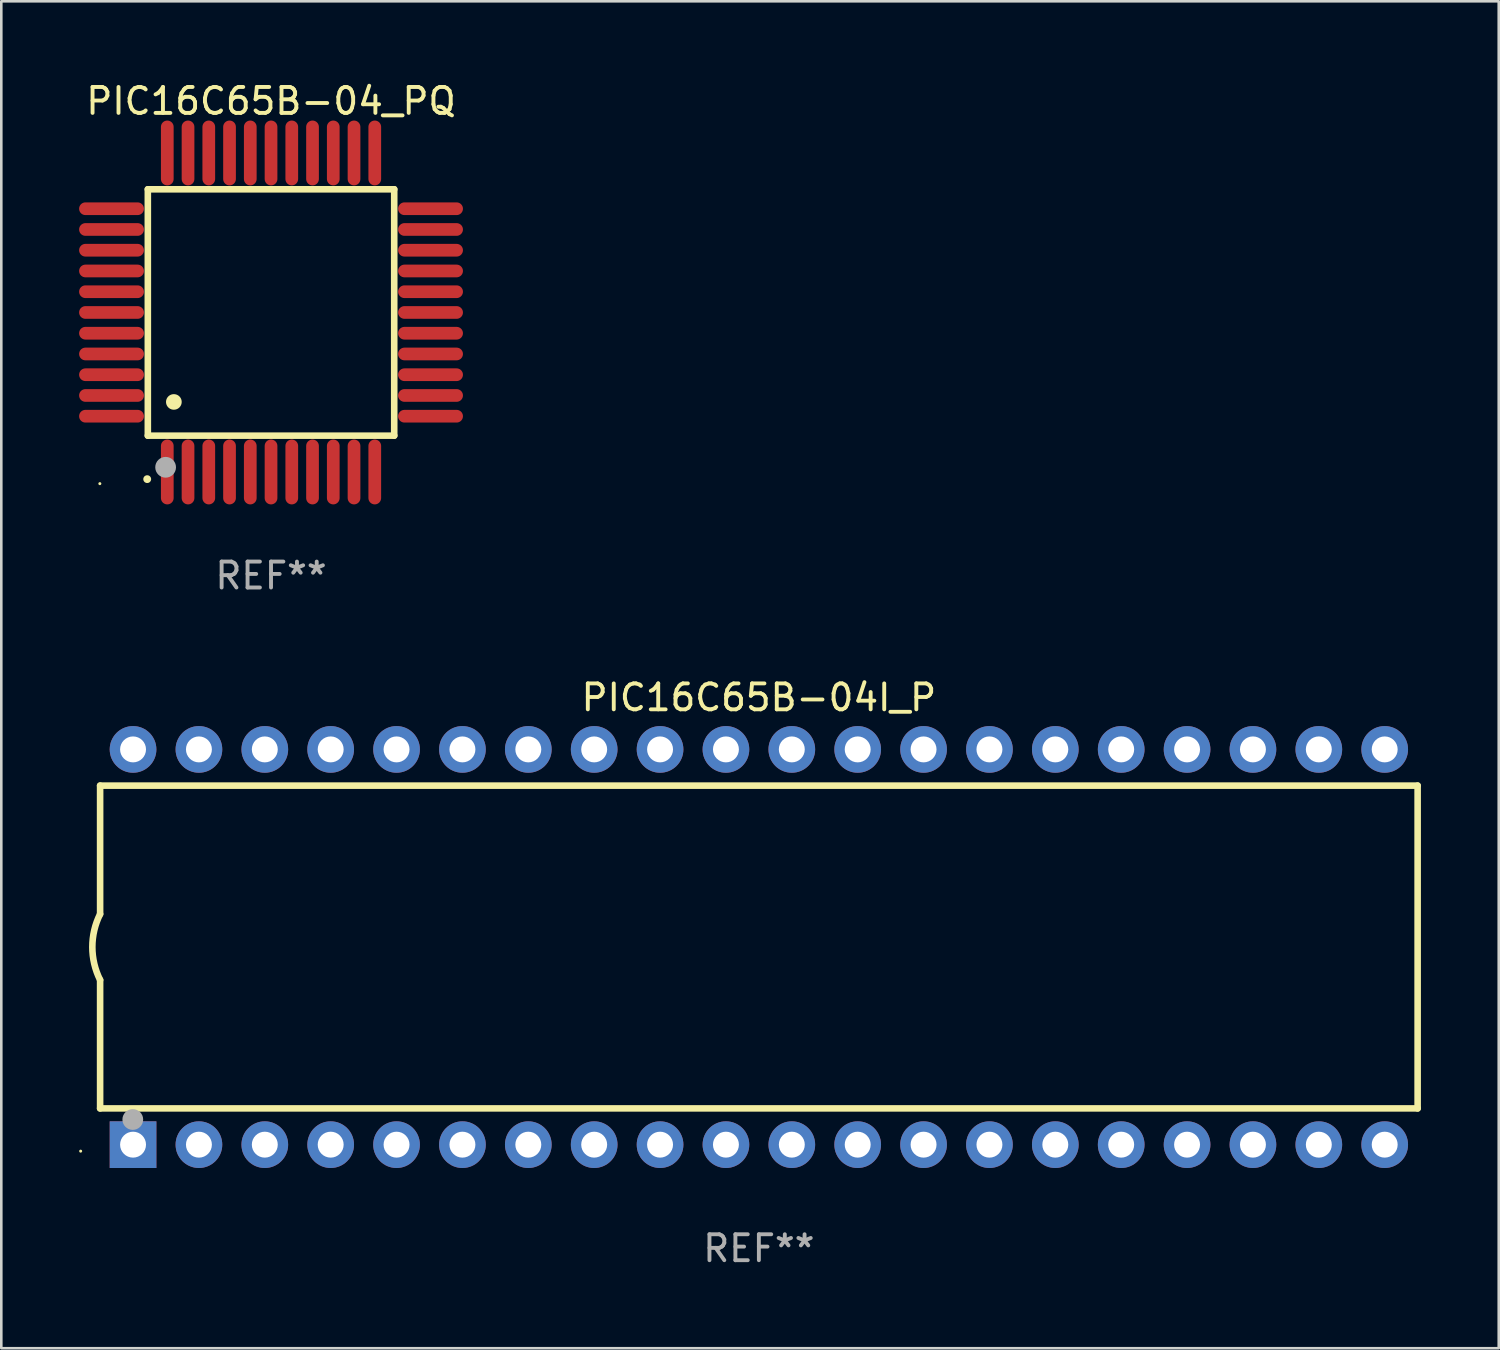
<source format=kicad_pcb>
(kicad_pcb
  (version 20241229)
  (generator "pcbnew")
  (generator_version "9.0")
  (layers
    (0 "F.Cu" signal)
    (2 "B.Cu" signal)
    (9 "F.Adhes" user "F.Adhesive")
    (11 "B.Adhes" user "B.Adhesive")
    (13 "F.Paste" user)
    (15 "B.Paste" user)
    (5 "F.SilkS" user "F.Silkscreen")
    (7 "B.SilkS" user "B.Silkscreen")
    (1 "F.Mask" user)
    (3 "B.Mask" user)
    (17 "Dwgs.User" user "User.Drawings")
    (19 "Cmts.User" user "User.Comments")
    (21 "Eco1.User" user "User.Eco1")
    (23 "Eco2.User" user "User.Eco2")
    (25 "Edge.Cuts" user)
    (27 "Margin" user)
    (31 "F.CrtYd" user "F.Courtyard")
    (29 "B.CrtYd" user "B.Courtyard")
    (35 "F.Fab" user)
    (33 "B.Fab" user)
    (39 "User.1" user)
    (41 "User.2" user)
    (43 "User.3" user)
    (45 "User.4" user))
  (footprint "PIC16C65B-04I_P"
    (layer "F.Cu")
    (at 26.21 33.465)
    (property "Reference" "PIC16C65B-04I_P" (at 0 -9.62 0) (layer "F.SilkS") (effects (font (size 1 1) (thickness 0.15))))
    (attr through_hole)
    (fp_line (start -25.4 -6.224) (end -25.4 -1.271) (stroke (width 0.254) (type solid)) (layer "F.SilkS"))
    (fp_line (start -25.4 -6.224) (end 25.4 -6.224) (stroke (width 0.254) (type solid)) (layer "F.SilkS"))
    (fp_line (start -25.4 1.269) (end -25.4 6.222) (stroke (width 0.254) (type solid)) (layer "F.SilkS"))
    (fp_line (start -25.4 6.222) (end 25.4 6.222) (stroke (width 0.254) (type solid)) (layer "F.SilkS"))
    (fp_line (start 25.4 6.222) (end 25.4 -6.224) (stroke (width 0.254) (type solid)) (layer "F.SilkS"))
    (fp_arc (start -25.4 1.269241) (mid -25.699807 -0.000762) (end -25.4 -1.270765) (stroke (width 0.254001) (type solid)) (layer "F.SilkS"))
    (fp_circle (center -26.15 7.87) (end -26.12 7.87) (stroke (width 0.06) (type solid)) (fill no) (layer "F.SilkS"))
    (fp_circle (center -24.14 6.65) (end -23.94 6.65) (stroke (width 0.4) (type solid)) (fill no) (layer "F.Fab"))
    (fp_text user "REF**" (at 0 11.62 0) (layer "F.Fab") (effects (font (size 1 1) (thickness 0.15))))
    (pad "1" thru_hole rect (at -24.13 7.62 90) (size 1.8 1.8) (drill 1) (layers "*.Cu" "*.Mask"))
    (pad "2" thru_hole circle (at -21.59 7.62) (size 1.8 1.8) (drill 1) (layers "*.Cu" "*.Mask"))
    (pad "3" thru_hole circle (at -19.05 7.62) (size 1.8 1.8) (drill 1) (layers "*.Cu" "*.Mask"))
    (pad "4" thru_hole circle (at -16.51 7.62) (size 1.8 1.8) (drill 1) (layers "*.Cu" "*.Mask"))
    (pad "5" thru_hole circle (at -13.97 7.62) (size 1.8 1.8) (drill 1) (layers "*.Cu" "*.Mask"))
    (pad "6" thru_hole circle (at -11.43 7.62) (size 1.8 1.8) (drill 1) (layers "*.Cu" "*.Mask"))
    (pad "7" thru_hole circle (at -8.89 7.62) (size 1.8 1.8) (drill 1) (layers "*.Cu" "*.Mask"))
    (pad "8" thru_hole circle (at -6.35 7.62) (size 1.8 1.8) (drill 1) (layers "*.Cu" "*.Mask"))
    (pad "9" thru_hole circle (at -3.81 7.62) (size 1.8 1.8) (drill 1) (layers "*.Cu" "*.Mask"))
    (pad "10" thru_hole circle (at -1.27 7.62) (size 1.8 1.8) (drill 1) (layers "*.Cu" "*.Mask"))
    (pad "11" thru_hole circle (at 1.27 7.62) (size 1.8 1.8) (drill 1) (layers "*.Cu" "*.Mask"))
    (pad "12" thru_hole circle (at 3.81 7.62) (size 1.8 1.8) (drill 1) (layers "*.Cu" "*.Mask"))
    (pad "13" thru_hole circle (at 6.35 7.62) (size 1.8 1.8) (drill 1) (layers "*.Cu" "*.Mask"))
    (pad "14" thru_hole circle (at 8.89 7.62) (size 1.8 1.8) (drill 1) (layers "*.Cu" "*.Mask"))
    (pad "15" thru_hole circle (at 11.43 7.62) (size 1.8 1.8) (drill 1) (layers "*.Cu" "*.Mask"))
    (pad "16" thru_hole circle (at 13.97 7.62) (size 1.8 1.8) (drill 1) (layers "*.Cu" "*.Mask"))
    (pad "17" thru_hole circle (at 16.51 7.62) (size 1.8 1.8) (drill 1) (layers "*.Cu" "*.Mask"))
    (pad "18" thru_hole circle (at 19.05 7.62) (size 1.8 1.8) (drill 1) (layers "*.Cu" "*.Mask"))
    (pad "19" thru_hole circle (at 21.59 7.62) (size 1.8 1.8) (drill 1) (layers "*.Cu" "*.Mask"))
    (pad "20" thru_hole circle (at 24.13 7.62) (size 1.8 1.8) (drill 1) (layers "*.Cu" "*.Mask"))
    (pad "21" thru_hole circle (at 24.13 -7.62) (size 1.8 1.8) (drill 1) (layers "*.Cu" "*.Mask"))
    (pad "22" thru_hole circle (at 21.59 -7.62) (size 1.8 1.8) (drill 1) (layers "*.Cu" "*.Mask"))
    (pad "23" thru_hole circle (at 19.05 -7.62) (size 1.8 1.8) (drill 1) (layers "*.Cu" "*.Mask"))
    (pad "24" thru_hole circle (at 16.51 -7.62) (size 1.8 1.8) (drill 1) (layers "*.Cu" "*.Mask"))
    (pad "25" thru_hole circle (at 13.97 -7.62) (size 1.8 1.8) (drill 1) (layers "*.Cu" "*.Mask"))
    (pad "26" thru_hole circle (at 11.43 -7.62) (size 1.8 1.8) (drill 1) (layers "*.Cu" "*.Mask"))
    (pad "27" thru_hole circle (at 8.89 -7.62) (size 1.8 1.8) (drill 1) (layers "*.Cu" "*.Mask"))
    (pad "28" thru_hole circle (at 6.35 -7.62) (size 1.8 1.8) (drill 1) (layers "*.Cu" "*.Mask"))
    (pad "29" thru_hole circle (at 3.81 -7.62) (size 1.8 1.8) (drill 1) (layers "*.Cu" "*.Mask"))
    (pad "30" thru_hole circle (at 1.27 -7.62) (size 1.8 1.8) (drill 1) (layers "*.Cu" "*.Mask"))
    (pad "31" thru_hole circle (at -1.27 -7.62) (size 1.8 1.8) (drill 1) (layers "*.Cu" "*.Mask"))
    (pad "32" thru_hole circle (at -3.81 -7.62) (size 1.8 1.8) (drill 1) (layers "*.Cu" "*.Mask"))
    (pad "33" thru_hole circle (at -6.35 -7.62) (size 1.8 1.8) (drill 1) (layers "*.Cu" "*.Mask"))
    (pad "34" thru_hole circle (at -8.89 -7.62) (size 1.8 1.8) (drill 1) (layers "*.Cu" "*.Mask"))
    (pad "35" thru_hole circle (at -11.43 -7.62) (size 1.8 1.8) (drill 1) (layers "*.Cu" "*.Mask"))
    (pad "36" thru_hole circle (at -13.97 -7.62) (size 1.8 1.8) (drill 1) (layers "*.Cu" "*.Mask"))
    (pad "37" thru_hole circle (at -16.51 -7.62) (size 1.8 1.8) (drill 1) (layers "*.Cu" "*.Mask"))
    (pad "38" thru_hole circle (at -19.05 -7.62) (size 1.8 1.8) (drill 1) (layers "*.Cu" "*.Mask"))
    (pad "39" thru_hole circle (at -21.59 -7.62) (size 1.8 1.8) (drill 1) (layers "*.Cu" "*.Mask"))
    (pad "40" thru_hole circle (at -24.13 -7.62) (size 1.8 1.8) (drill 1) (layers "*.Cu" "*.Mask")))
  (footprint "PIC16C65B-04_PQ"
    (layer "F.Cu")
    (at 7.4 8.998)
    (property "Reference" "PIC16C65B-04_PQ" (at 0 -8.15 0) (layer "F.SilkS") (effects (font (size 1 1) (thickness 0.15))))
    (attr through_hole)
    (fp_line (start -4.75 -4.75) (end 4.75 -4.75) (stroke (width 0.254) (type solid)) (layer "F.SilkS"))
    (fp_line (start -4.75 4.75) (end -4.75 -4.75) (stroke (width 0.254) (type solid)) (layer "F.SilkS"))
    (fp_line (start 4.75 -4.75) (end 4.75 4.75) (stroke (width 0.254) (type solid)) (layer "F.SilkS"))
    (fp_line (start 4.75 4.75) (end -4.75 4.75) (stroke (width 0.254) (type solid)) (layer "F.SilkS"))
    (fp_arc (start -4.77521 6.426213) (mid -4.77394 6.426208) (end -4.77267 6.426213) (stroke (width 0.3) (type solid)) (layer "F.SilkS"))
    (fp_arc (start -3.749047 3.449327) (mid -3.746507 3.449316) (end -3.743967 3.449327) (stroke (width 0.6) (type solid)) (layer "F.SilkS"))
    (fp_circle (center -6.6 6.6) (end -6.57 6.6) (stroke (width 0.06) (type solid)) (fill no) (layer "F.SilkS"))
    (fp_circle (center -4.064 5.969) (end -3.864 5.969) (stroke (width 0.4) (type solid)) (fill no) (layer "F.Fab"))
    (fp_text user "REF**" (at 0 10.15 0) (layer "F.Fab") (effects (font (size 1 1) (thickness 0.15))))
    (pad "1" smd oval (at -4 6.15) (size 0.49 2.5) (layers "F.Cu" "F.Mask" "F.Paste"))
    (pad "2" smd oval (at -3.2 6.15) (size 0.49 2.5) (layers "F.Cu" "F.Mask" "F.Paste"))
    (pad "3" smd oval (at -2.4 6.15) (size 0.49 2.5) (layers "F.Cu" "F.Mask" "F.Paste"))
    (pad "4" smd oval (at -1.6 6.15) (size 0.49 2.5) (layers "F.Cu" "F.Mask" "F.Paste"))
    (pad "5" smd oval (at -0.8 6.15) (size 0.49 2.5) (layers "F.Cu" "F.Mask" "F.Paste"))
    (pad "6" smd oval (at 0 6.15) (size 0.49 2.5) (layers "F.Cu" "F.Mask" "F.Paste"))
    (pad "7" smd oval (at 0.8 6.15) (size 0.49 2.5) (layers "F.Cu" "F.Mask" "F.Paste"))
    (pad "8" smd oval (at 1.6 6.15) (size 0.49 2.5) (layers "F.Cu" "F.Mask" "F.Paste"))
    (pad "9" smd oval (at 2.4 6.15) (size 0.49 2.5) (layers "F.Cu" "F.Mask" "F.Paste"))
    (pad "10" smd oval (at 3.2 6.15) (size 0.49 2.5) (layers "F.Cu" "F.Mask" "F.Paste"))
    (pad "11" smd oval (at 4 6.15) (size 0.49 2.5) (layers "F.Cu" "F.Mask" "F.Paste"))
    (pad "12" smd oval (at 6.15 4) (size 2.5 0.49) (layers "F.Cu" "F.Mask" "F.Paste"))
    (pad "13" smd oval (at 6.15 3.2) (size 2.5 0.49) (layers "F.Cu" "F.Mask" "F.Paste"))
    (pad "14" smd oval (at 6.15 2.4) (size 2.5 0.49) (layers "F.Cu" "F.Mask" "F.Paste"))
    (pad "15" smd oval (at 6.15 1.6) (size 2.5 0.49) (layers "F.Cu" "F.Mask" "F.Paste"))
    (pad "16" smd oval (at 6.15 0.8) (size 2.5 0.49) (layers "F.Cu" "F.Mask" "F.Paste"))
    (pad "17" smd oval (at 6.15 0) (size 2.5 0.49) (layers "F.Cu" "F.Mask" "F.Paste"))
    (pad "18" smd oval (at 6.15 -0.8) (size 2.5 0.49) (layers "F.Cu" "F.Mask" "F.Paste"))
    (pad "19" smd oval (at 6.15 -1.6) (size 2.5 0.49) (layers "F.Cu" "F.Mask" "F.Paste"))
    (pad "20" smd oval (at 6.15 -2.4) (size 2.5 0.49) (layers "F.Cu" "F.Mask" "F.Paste"))
    (pad "21" smd oval (at 6.15 -3.2) (size 2.5 0.49) (layers "F.Cu" "F.Mask" "F.Paste"))
    (pad "22" smd oval (at 6.15 -4) (size 2.5 0.49) (layers "F.Cu" "F.Mask" "F.Paste"))
    (pad "23" smd oval (at 4 -6.15) (size 0.49 2.5) (layers "F.Cu" "F.Mask" "F.Paste"))
    (pad "24" smd oval (at 3.2 -6.15) (size 0.49 2.5) (layers "F.Cu" "F.Mask" "F.Paste"))
    (pad "25" smd oval (at 2.4 -6.15) (size 0.49 2.5) (layers "F.Cu" "F.Mask" "F.Paste"))
    (pad "26" smd oval (at 1.6 -6.15) (size 0.49 2.5) (layers "F.Cu" "F.Mask" "F.Paste"))
    (pad "27" smd oval (at 0.8 -6.15) (size 0.49 2.5) (layers "F.Cu" "F.Mask" "F.Paste"))
    (pad "28" smd oval (at 0 -6.15) (size 0.49 2.5) (layers "F.Cu" "F.Mask" "F.Paste"))
    (pad "29" smd oval (at -0.8 -6.15) (size 0.49 2.5) (layers "F.Cu" "F.Mask" "F.Paste"))
    (pad "30" smd oval (at -1.6 -6.15) (size 0.49 2.5) (layers "F.Cu" "F.Mask" "F.Paste"))
    (pad "31" smd oval (at -2.4 -6.15) (size 0.49 2.5) (layers "F.Cu" "F.Mask" "F.Paste"))
    (pad "32" smd oval (at -3.2 -6.15) (size 0.49 2.5) (layers "F.Cu" "F.Mask" "F.Paste"))
    (pad "33" smd oval (at -4 -6.15) (size 0.49 2.5) (layers "F.Cu" "F.Mask" "F.Paste"))
    (pad "34" smd oval (at -6.15 -4) (size 2.5 0.49) (layers "F.Cu" "F.Mask" "F.Paste"))
    (pad "35" smd oval (at -6.15 -3.2) (size 2.5 0.49) (layers "F.Cu" "F.Mask" "F.Paste"))
    (pad "36" smd oval (at -6.15 -2.4) (size 2.5 0.49) (layers "F.Cu" "F.Mask" "F.Paste"))
    (pad "37" smd oval (at -6.15 -1.6) (size 2.5 0.49) (layers "F.Cu" "F.Mask" "F.Paste"))
    (pad "38" smd oval (at -6.15 -0.8) (size 2.5 0.49) (layers "F.Cu" "F.Mask" "F.Paste"))
    (pad "39" smd oval (at -6.15 0) (size 2.5 0.49) (layers "F.Cu" "F.Mask" "F.Paste"))
    (pad "40" smd oval (at -6.15 0.8) (size 2.5 0.49) (layers "F.Cu" "F.Mask" "F.Paste"))
    (pad "41" smd oval (at -6.15 1.6) (size 2.5 0.49) (layers "F.Cu" "F.Mask" "F.Paste"))
    (pad "42" smd oval (at -6.15 2.4) (size 2.5 0.49) (layers "F.Cu" "F.Mask" "F.Paste"))
    (pad "43" smd oval (at -6.15 3.2) (size 2.5 0.49) (layers "F.Cu" "F.Mask" "F.Paste"))
    (pad "44" smd oval (at -6.15 4) (size 2.5 0.49) (layers "F.Cu" "F.Mask" "F.Paste")))
  (gr_rect
    (start -3 -3)
    (end 54.737 48.933)
    (stroke (width 0.1) (type default))
    (fill no)
    (layer "Edge.Cuts")))
</source>
